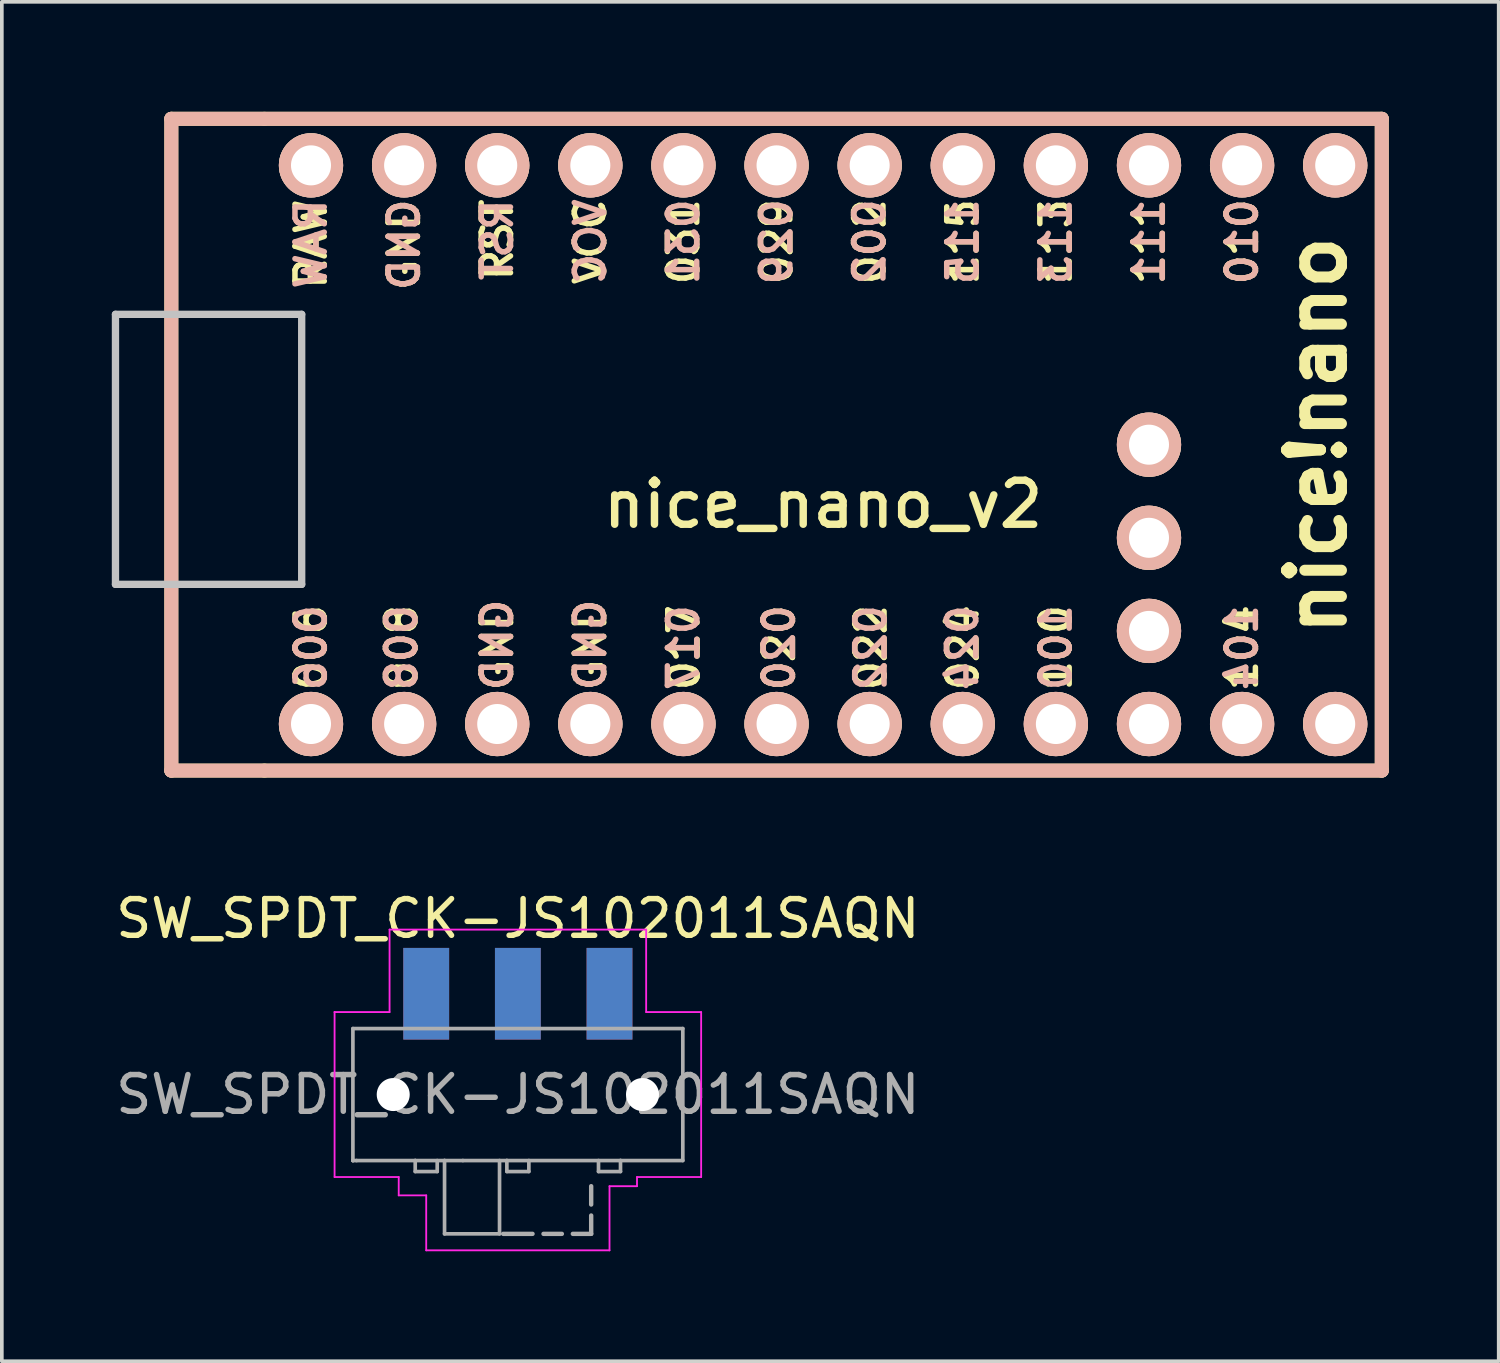
<source format=kicad_pcb>
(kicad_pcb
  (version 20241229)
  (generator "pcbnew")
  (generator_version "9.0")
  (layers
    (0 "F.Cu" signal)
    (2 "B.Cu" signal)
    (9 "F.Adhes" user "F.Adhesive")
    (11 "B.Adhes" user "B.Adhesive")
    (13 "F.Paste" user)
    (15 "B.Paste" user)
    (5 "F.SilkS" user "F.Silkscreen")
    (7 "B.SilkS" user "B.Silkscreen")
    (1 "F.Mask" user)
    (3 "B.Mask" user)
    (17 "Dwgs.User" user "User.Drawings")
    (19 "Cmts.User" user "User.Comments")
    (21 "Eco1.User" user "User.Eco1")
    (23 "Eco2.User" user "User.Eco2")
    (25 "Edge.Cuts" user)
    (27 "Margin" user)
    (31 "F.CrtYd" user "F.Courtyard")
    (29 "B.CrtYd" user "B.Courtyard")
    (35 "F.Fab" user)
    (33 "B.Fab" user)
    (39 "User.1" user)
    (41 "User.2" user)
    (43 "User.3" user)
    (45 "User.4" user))
  (footprint "nice_nano_v2"
    (layer "F.Cu")
    (at 19.404 9.081)
    (property "Reference" "nice_nano_v2" (at 0 1.625 0) (layer "F.SilkS") (effects (font (size 1.2 1.2) (thickness 0.203))))
    (attr through_hole)
    (fp_line (start -17.78 -8.89) (end -17.78 8.89) (stroke (width 0.381) (type solid)) (layer "F.SilkS"))
    (fp_line (start -17.78 8.89) (end -15.24 8.89) (stroke (width 0.381) (type solid)) (layer "F.SilkS"))
    (fp_line (start -15.24 -8.89) (end -17.78 -8.89) (stroke (width 0.381) (type solid)) (layer "F.SilkS"))
    (fp_line (start -15.24 8.89) (end 15.24 8.89) (stroke (width 0.381) (type solid)) (layer "F.SilkS"))
    (fp_line (start 15.24 -8.89) (end -15.24 -8.89) (stroke (width 0.381) (type solid)) (layer "F.SilkS"))
    (fp_line (start 15.24 8.89) (end 15.24 -8.89) (stroke (width 0.381) (type solid)) (layer "F.SilkS"))
    (fp_line (start -17.78 -8.89) (end -17.78 8.89) (stroke (width 0.381) (type solid)) (layer "B.SilkS"))
    (fp_line (start -17.78 8.89) (end 15.24 8.89) (stroke (width 0.381) (type solid)) (layer "B.SilkS"))
    (fp_line (start 15.24 -8.89) (end -17.78 -8.89) (stroke (width 0.381) (type solid)) (layer "B.SilkS"))
    (fp_line (start 15.24 8.89) (end 15.24 -8.89) (stroke (width 0.381) (type solid)) (layer "B.SilkS"))
    (fp_line (start -19.304 -3.556) (end -14.224 -3.556) (stroke (width 0.2) (type solid)) (layer "Dwgs.User"))
    (fp_line (start -19.304 3.81) (end -19.304 -3.556) (stroke (width 0.2) (type solid)) (layer "Dwgs.User"))
    (fp_line (start -14.224 -3.556) (end -14.224 3.81) (stroke (width 0.2) (type solid)) (layer "Dwgs.User"))
    (fp_line (start -14.224 3.81) (end -19.304 3.81) (stroke (width 0.2) (type solid)) (layer "Dwgs.User"))
    (fp_text user "020" (at -1.2 5.537 90) (layer "F.SilkS") (effects (font (size 0.8 0.8) (thickness 0.15))))
    (fp_text user "113" (at 6.35 -5.537 90) (layer "F.SilkS") (effects (font (size 0.8 0.8) (thickness 0.15))))
    (fp_text user "104" (at 11.43 5.537 90) (layer "F.SilkS") (effects (font (size 0.8 0.8) (thickness 0.15))))
    (fp_text user "GND" (at -6.35 5.461 90) (layer "F.SilkS") (effects (font (size 0.8 0.8) (thickness 0.15))))
    (fp_text user "010" (at 11.43 -5.537 90) (layer "F.SilkS") (effects (font (size 0.8 0.8) (thickness 0.15))))
    (fp_text user "031" (at -3.81 -5.537 90) (layer "F.SilkS") (effects (font (size 0.8 0.8) (thickness 0.15))))
    (fp_text user "017" (at -3.8 5.537 90) (layer "F.SilkS") (effects (font (size 0.8 0.8) (thickness 0.15))))
    (fp_text user "006" (at -13.97 5.537 90) (layer "F.SilkS") (effects (font (size 0.8 0.8) (thickness 0.15))))
    (fp_text user "115" (at 3.81 -5.537 90) (layer "F.SilkS") (effects (font (size 0.8 0.8) (thickness 0.15))))
    (fp_text user "008" (at -11.5 5.537 90) (layer "F.SilkS") (effects (font (size 0.8 0.8) (thickness 0.15))))
    (fp_text user "nice!nano" (at 13.462 -0.254 90) (layer "F.SilkS") (effects (font (size 1.5 1.5) (thickness 0.3))))
    (fp_text user "002" (at 1.27 -5.537 90) (layer "F.SilkS") (effects (font (size 0.8 0.8) (thickness 0.15))))
    (fp_text user "029" (at -1.27 -5.537 90) (layer "F.SilkS") (effects (font (size 0.8 0.8) (thickness 0.15))))
    (fp_text user "024" (at 3.81 5.537 90) (layer "F.SilkS") (effects (font (size 0.8 0.8) (thickness 0.15))))
    (fp_text user "VCC" (at -6.35 -5.537 90) (layer "F.SilkS") (effects (font (size 0.8 0.8) (thickness 0.15))))
    (fp_text user "GND" (at -11.43 -5.455 90) (layer "F.SilkS") (effects (font (size 0.8 0.8) (thickness 0.15))))
    (fp_text user "RAW" (at -13.97 -5.474 90) (layer "F.SilkS") (effects (font (size 0.8 0.8) (thickness 0.15))))
    (fp_text user "111" (at 8.89 -5.537 90) (layer "F.SilkS") (effects (font (size 0.8 0.8) (thickness 0.15))))
    (fp_text user "022" (at 1.3 5.537 90) (layer "F.SilkS") (effects (font (size 0.8 0.8) (thickness 0.15))))
    (fp_text user "RST" (at -8.89 -5.588 90) (layer "F.SilkS") (effects (font (size 0.8 0.8) (thickness 0.15))))
    (fp_text user "100" (at 6.35 5.537 90) (layer "F.SilkS") (effects (font (size 0.8 0.8) (thickness 0.15))))
    (fp_text user "GND" (at -8.89 5.461 90) (layer "F.SilkS") (effects (font (size 0.8 0.8) (thickness 0.15))))
    (fp_text user "029" (at -1.27 -5.537 90) (layer "B.SilkS") (effects (font (size 0.8 0.8) (thickness 0.15)) (justify mirror)))
    (fp_text user "010" (at 11.43 -5.537 90) (layer "B.SilkS") (effects (font (size 0.8 0.8) (thickness 0.15)) (justify mirror)))
    (fp_text user "006" (at -13.97 5.537 90) (layer "B.SilkS") (effects (font (size 0.8 0.8) (thickness 0.15)) (justify mirror)))
    (fp_text user "022" (at 1.3 5.537 90) (layer "B.SilkS") (effects (font (size 0.8 0.8) (thickness 0.15)) (justify mirror)))
    (fp_text user "008" (at -11.5 5.537 90) (layer "B.SilkS") (effects (font (size 0.8 0.8) (thickness 0.15)) (justify mirror)))
    (fp_text user "115" (at 3.81 -5.537 90) (layer "B.SilkS") (effects (font (size 0.8 0.8) (thickness 0.15)) (justify mirror)))
    (fp_text user "VCC" (at -6.35 -5.537 90) (layer "B.SilkS") (effects (font (size 0.8 0.8) (thickness 0.15)) (justify mirror)))
    (fp_text user "104" (at 11.43 5.537 90) (layer "B.SilkS") (effects (font (size 0.8 0.8) (thickness 0.15)) (justify mirror)))
    (fp_text user "RAW" (at -13.97 -5.474 90) (layer "B.SilkS") (effects (font (size 0.8 0.8) (thickness 0.15)) (justify mirror)))
    (fp_text user "031" (at -3.81 -5.537 90) (layer "B.SilkS") (effects (font (size 0.8 0.8) (thickness 0.15)) (justify mirror)))
    (fp_text user "017" (at -3.81 5.537 90) (layer "B.SilkS") (effects (font (size 0.8 0.8) (thickness 0.15)) (justify mirror)))
    (fp_text user "GND" (at -11.43 -5.455 90) (layer "B.SilkS") (effects (font (size 0.8 0.8) (thickness 0.15)) (justify mirror)))
    (fp_text user "024" (at 3.8 5.537 90) (layer "B.SilkS") (effects (font (size 0.8 0.8) (thickness 0.15)) (justify mirror)))
    (fp_text user "020" (at -1.2 5.537 90) (layer "B.SilkS") (effects (font (size 0.8 0.8) (thickness 0.15)) (justify mirror)))
    (fp_text user "100" (at 6.35 5.537 90) (layer "B.SilkS") (effects (font (size 0.8 0.8) (thickness 0.15)) (justify mirror)))
    (fp_text user "111" (at 8.89 -5.537 90) (layer "B.SilkS") (effects (font (size 0.8 0.8) (thickness 0.15)) (justify mirror)))
    (fp_text user "113" (at 6.35 -5.537 90) (layer "B.SilkS") (effects (font (size 0.8 0.8) (thickness 0.15)) (justify mirror)))
    (fp_text user "RST" (at -8.89 -5.588 90) (layer "B.SilkS") (effects (font (size 0.8 0.8) (thickness 0.15)) (justify mirror)))
    (fp_text user "GND" (at -8.89 5.461 90) (layer "B.SilkS") (effects (font (size 0.8 0.8) (thickness 0.15)) (justify mirror)))
    (fp_text user "GND" (at -6.35 5.461 90) (layer "B.SilkS") (effects (font (size 0.8 0.8) (thickness 0.15)) (justify mirror)))
    (fp_text user "002" (at 1.27 -5.537 90) (layer "B.SilkS") (effects (font (size 0.8 0.8) (thickness 0.15)) (justify mirror)))
    (pad "1" thru_hole circle (at -13.97 7.62) (size 1.753 1.753) (drill 1.092) (layers "*.Cu" "*.SilkS" "*.Mask"))
    (pad "2" thru_hole circle (at -11.43 7.62) (size 1.753 1.753) (drill 1.092) (layers "*.Cu" "*.SilkS" "*.Mask"))
    (pad "3" thru_hole circle (at -8.89 7.62) (size 1.753 1.753) (drill 1.092) (layers "*.Cu" "*.SilkS" "*.Mask"))
    (pad "4" thru_hole circle (at -6.35 7.62) (size 1.753 1.753) (drill 1.092) (layers "*.Cu" "*.SilkS" "*.Mask"))
    (pad "5" thru_hole circle (at -3.81 7.62) (size 1.753 1.753) (drill 1.092) (layers "*.Cu" "*.SilkS" "*.Mask"))
    (pad "6" thru_hole circle (at -1.27 7.62) (size 1.753 1.753) (drill 1.092) (layers "*.Cu" "*.SilkS" "*.Mask"))
    (pad "7" thru_hole circle (at 1.27 7.62) (size 1.753 1.753) (drill 1.092) (layers "*.Cu" "*.SilkS" "*.Mask"))
    (pad "8" thru_hole circle (at 3.81 7.62) (size 1.753 1.753) (drill 1.092) (layers "*.Cu" "*.SilkS" "*.Mask"))
    (pad "9" thru_hole circle (at 6.35 7.62) (size 1.753 1.753) (drill 1.092) (layers "*.Cu" "*.SilkS" "*.Mask"))
    (pad "10" thru_hole circle (at 8.89 7.62) (size 1.753 1.753) (drill 1.092) (layers "*.Cu" "*.SilkS" "*.Mask"))
    (pad "11" thru_hole circle (at 11.43 7.62) (size 1.753 1.753) (drill 1.092) (layers "*.Cu" "*.SilkS" "*.Mask"))
    (pad "12" thru_hole circle (at 13.97 7.62) (size 1.753 1.753) (drill 1.092) (layers "*.Cu" "*.SilkS" "*.Mask"))
    (pad "13" thru_hole circle (at 13.97 -7.62) (size 1.753 1.753) (drill 1.092) (layers "*.Cu" "*.SilkS" "*.Mask"))
    (pad "14" thru_hole circle (at 11.43 -7.62) (size 1.753 1.753) (drill 1.092) (layers "*.Cu" "*.SilkS" "*.Mask"))
    (pad "15" thru_hole circle (at 8.89 -7.62) (size 1.753 1.753) (drill 1.092) (layers "*.Cu" "*.SilkS" "*.Mask"))
    (pad "16" thru_hole circle (at 6.35 -7.62) (size 1.753 1.753) (drill 1.092) (layers "*.Cu" "*.SilkS" "*.Mask"))
    (pad "17" thru_hole circle (at 3.81 -7.62) (size 1.753 1.753) (drill 1.092) (layers "*.Cu" "*.SilkS" "*.Mask"))
    (pad "18" thru_hole circle (at 1.27 -7.62) (size 1.753 1.753) (drill 1.092) (layers "*.Cu" "*.SilkS" "*.Mask"))
    (pad "19" thru_hole circle (at -1.27 -7.62) (size 1.753 1.753) (drill 1.092) (layers "*.Cu" "*.SilkS" "*.Mask"))
    (pad "20" thru_hole circle (at -3.81 -7.62) (size 1.753 1.753) (drill 1.092) (layers "*.Cu" "*.SilkS" "*.Mask"))
    (pad "21" thru_hole circle (at -6.35 -7.62) (size 1.753 1.753) (drill 1.092) (layers "*.Cu" "*.SilkS" "*.Mask"))
    (pad "22" thru_hole circle (at -8.89 -7.62) (size 1.753 1.753) (drill 1.092) (layers "*.Cu" "*.SilkS" "*.Mask"))
    (pad "23" thru_hole circle (at -11.43 -7.62) (size 1.753 1.753) (drill 1.092) (layers "*.Cu" "*.SilkS" "*.Mask"))
    (pad "24" thru_hole circle (at -13.97 -7.62) (size 1.753 1.753) (drill 1.092) (layers "*.Cu" "*.SilkS" "*.Mask"))
    (pad "31" thru_hole circle (at 8.89 5.08) (size 1.753 1.753) (drill 1.092) (layers "*.Cu" "*.SilkS" "*.Mask"))
    (pad "32" thru_hole circle (at 8.89 2.54) (size 1.753 1.753) (drill 1.092) (layers "*.Cu" "*.SilkS" "*.Mask"))
    (pad "33" thru_hole circle (at 8.89 0) (size 1.753 1.753) (drill 1.092) (layers "*.Cu" "*.SilkS" "*.Mask")))
  (footprint "SW_SPDT_CK-JS102011SAQN"
    (layer "F.Cu")
    (at 11.077 26.809)
    (property "Reference" "SW_SPDT_CK-JS102011SAQN" (at 0 -4.8 0) (layer "F.SilkS") (effects (font (size 1 1) (thickness 0.15))))
    (attr smd)
    (fp_line (start -5 -2.25) (end -5 -2.25) (stroke (width 0.05) (type solid)) (layer "F.CrtYd"))
    (fp_line (start -5 -2.25) (end -5 2.25) (stroke (width 0.05) (type solid)) (layer "F.CrtYd"))
    (fp_line (start -5 2.25) (end -3.25 2.25) (stroke (width 0.05) (type solid)) (layer "F.CrtYd"))
    (fp_line (start -3.5 -4.5) (end -3.5 -2.25) (stroke (width 0.05) (type solid)) (layer "F.CrtYd"))
    (fp_line (start -3.5 -2.25) (end -5 -2.25) (stroke (width 0.05) (type solid)) (layer "F.CrtYd"))
    (fp_line (start -3.25 2.25) (end -3.25 2.75) (stroke (width 0.05) (type solid)) (layer "F.CrtYd"))
    (fp_line (start -3.25 2.75) (end -2.5 2.75) (stroke (width 0.05) (type solid)) (layer "F.CrtYd"))
    (fp_line (start -2.5 2.75) (end -2.5 4.25) (stroke (width 0.05) (type solid)) (layer "F.CrtYd"))
    (fp_line (start -2.5 4.25) (end 2.5 4.25) (stroke (width 0.05) (type solid)) (layer "F.CrtYd"))
    (fp_line (start 2.5 2.5) (end 3.25 2.5) (stroke (width 0.05) (type solid)) (layer "F.CrtYd"))
    (fp_line (start 2.5 4.25) (end 2.5 2.5) (stroke (width 0.05) (type solid)) (layer "F.CrtYd"))
    (fp_line (start 3.25 2.25) (end 5 2.25) (stroke (width 0.05) (type solid)) (layer "F.CrtYd"))
    (fp_line (start 3.25 2.5) (end 3.25 2.25) (stroke (width 0.05) (type solid)) (layer "F.CrtYd"))
    (fp_line (start 3.5 -4.5) (end -3.5 -4.5) (stroke (width 0.05) (type solid)) (layer "F.CrtYd"))
    (fp_line (start 3.5 -2.25) (end 3.5 -4.5) (stroke (width 0.05) (type solid)) (layer "F.CrtYd"))
    (fp_line (start 5 -2.25) (end 3.5 -2.25) (stroke (width 0.05) (type solid)) (layer "F.CrtYd"))
    (fp_line (start 5 2.25) (end 5 -2.25) (stroke (width 0.05) (type solid)) (layer "F.CrtYd"))
    (fp_line (start -4.5 -1.8) (end -4.5 1.8) (stroke (width 0.1) (type solid)) (layer "F.Fab"))
    (fp_line (start -4.5 -1.8) (end 4.5 -1.8) (stroke (width 0.1) (type solid)) (layer "F.Fab"))
    (fp_line (start -4.5 1.8) (end -4.5 1.8) (stroke (width 0.1) (type solid)) (layer "F.Fab"))
    (fp_line (start -4.5 1.8) (end -4.5 1.8) (stroke (width 0.1) (type solid)) (layer "F.Fab"))
    (fp_line (start -4.4 1.8) (end -4.5 1.8) (stroke (width 0.1) (type solid)) (layer "F.Fab"))
    (fp_line (start -2.8 1.8) (end -2.8 1.8) (stroke (width 0.1) (type solid)) (layer "F.Fab"))
    (fp_line (start -2.8 2.1) (end -2.8 1.8) (stroke (width 0.1) (type solid)) (layer "F.Fab"))
    (fp_line (start -2.2 1.8) (end -2.2 2.1) (stroke (width 0.1) (type solid)) (layer "F.Fab"))
    (fp_line (start -2.2 2.1) (end -2.8 2.1) (stroke (width 0.1) (type solid)) (layer "F.Fab"))
    (fp_line (start -2 1.8) (end -2 1.8) (stroke (width 0.1) (type solid)) (layer "F.Fab"))
    (fp_line (start -2 3.8) (end -2 1.8) (stroke (width 0.1) (type solid)) (layer "F.Fab"))
    (fp_line (start -1.5 1.8) (end -1.5 1.8) (stroke (width 0.1) (type solid)) (layer "F.Fab"))
    (fp_line (start -0.5 1.8) (end -0.5 3.8) (stroke (width 0.1) (type solid)) (layer "F.Fab"))
    (fp_line (start -0.5 3.8) (end -2 3.8) (stroke (width 0.1) (type solid)) (layer "F.Fab"))
    (fp_line (start -0.3 1.8) (end -0.3 1.8) (stroke (width 0.1) (type solid)) (layer "F.Fab"))
    (fp_line (start -0.3 2.1) (end -0.3 1.8) (stroke (width 0.1) (type solid)) (layer "F.Fab"))
    (fp_line (start 0.3 1.8) (end 0.3 2.1) (stroke (width 0.1) (type solid)) (layer "F.Fab"))
    (fp_line (start 0.3 2.1) (end -0.3 2.1) (stroke (width 0.1) (type solid)) (layer "F.Fab"))
    (fp_line (start 0.4 3.8) (end -0.4 3.8) (stroke (width 0.12) (type solid)) (layer "F.Fab"))
    (fp_line (start 1.2 3.8) (end 0.7 3.8) (stroke (width 0.12) (type solid)) (layer "F.Fab"))
    (fp_line (start 2 3) (end 2 2.5) (stroke (width 0.12) (type solid)) (layer "F.Fab"))
    (fp_line (start 2 3.8) (end 1.5 3.8) (stroke (width 0.12) (type solid)) (layer "F.Fab"))
    (fp_line (start 2 3.8) (end 2 3.3) (stroke (width 0.12) (type solid)) (layer "F.Fab"))
    (fp_line (start 2.2 1.8) (end 2.2 2.1) (stroke (width 0.1) (type solid)) (layer "F.Fab"))
    (fp_line (start 2.2 2.1) (end 2.8 2.1) (stroke (width 0.1) (type solid)) (layer "F.Fab"))
    (fp_line (start 2.8 1.8) (end 2.8 1.8) (stroke (width 0.1) (type solid)) (layer "F.Fab"))
    (fp_line (start 2.8 2.1) (end 2.8 1.8) (stroke (width 0.1) (type solid)) (layer "F.Fab"))
    (fp_line (start 4.5 -1.8) (end 4.5 1.8) (stroke (width 0.1) (type solid)) (layer "F.Fab"))
    (fp_line (start 4.5 1.8) (end -4.4 1.8) (stroke (width 0.1) (type solid)) (layer "F.Fab"))
    (fp_text user "${REFERENCE}" (at 0 0 0) (layer "F.Fab") (effects (font (size 1 1) (thickness 0.15))))
    (pad "" np_thru_hole circle (at -3.4 0) (size 0.9 0.9) (drill 0.9) (layers "*.Cu" "*.Mask"))
    (pad "" np_thru_hole circle (at 3.4 0) (size 0.9 0.9) (drill 0.9) (layers "*.Cu" "*.Mask"))
    (pad "1" smd rect (at -2.5 -2.75) (size 1.25 2.5) (layers "F.Cu" "F.Mask" "F.Paste"))
    (pad "1" smd rect (at 2.5 -2.75) (size 1.25 2.5) (layers "B.Cu" "B.Mask" "B.Paste"))
    (pad "2" smd rect (at 0 -2.75) (size 1.25 2.5) (layers "F.Cu" "F.Mask" "F.Paste"))
    (pad "2" smd rect (at 0 -2.75) (size 1.25 2.5) (layers "B.Cu" "B.Mask" "B.Paste"))
    (pad "3" smd rect (at -2.5 -2.75) (size 1.25 2.5) (layers "B.Cu" "B.Mask" "B.Paste"))
    (pad "3" smd rect (at 2.5 -2.75) (size 1.25 2.5) (layers "F.Cu" "F.Mask" "F.Paste")))
  (gr_rect
    (start -3 -3)
    (end 37.834 34.084)
    (stroke (width 0.1) (type default))
    (fill no)
    (layer "Edge.Cuts")))
</source>
